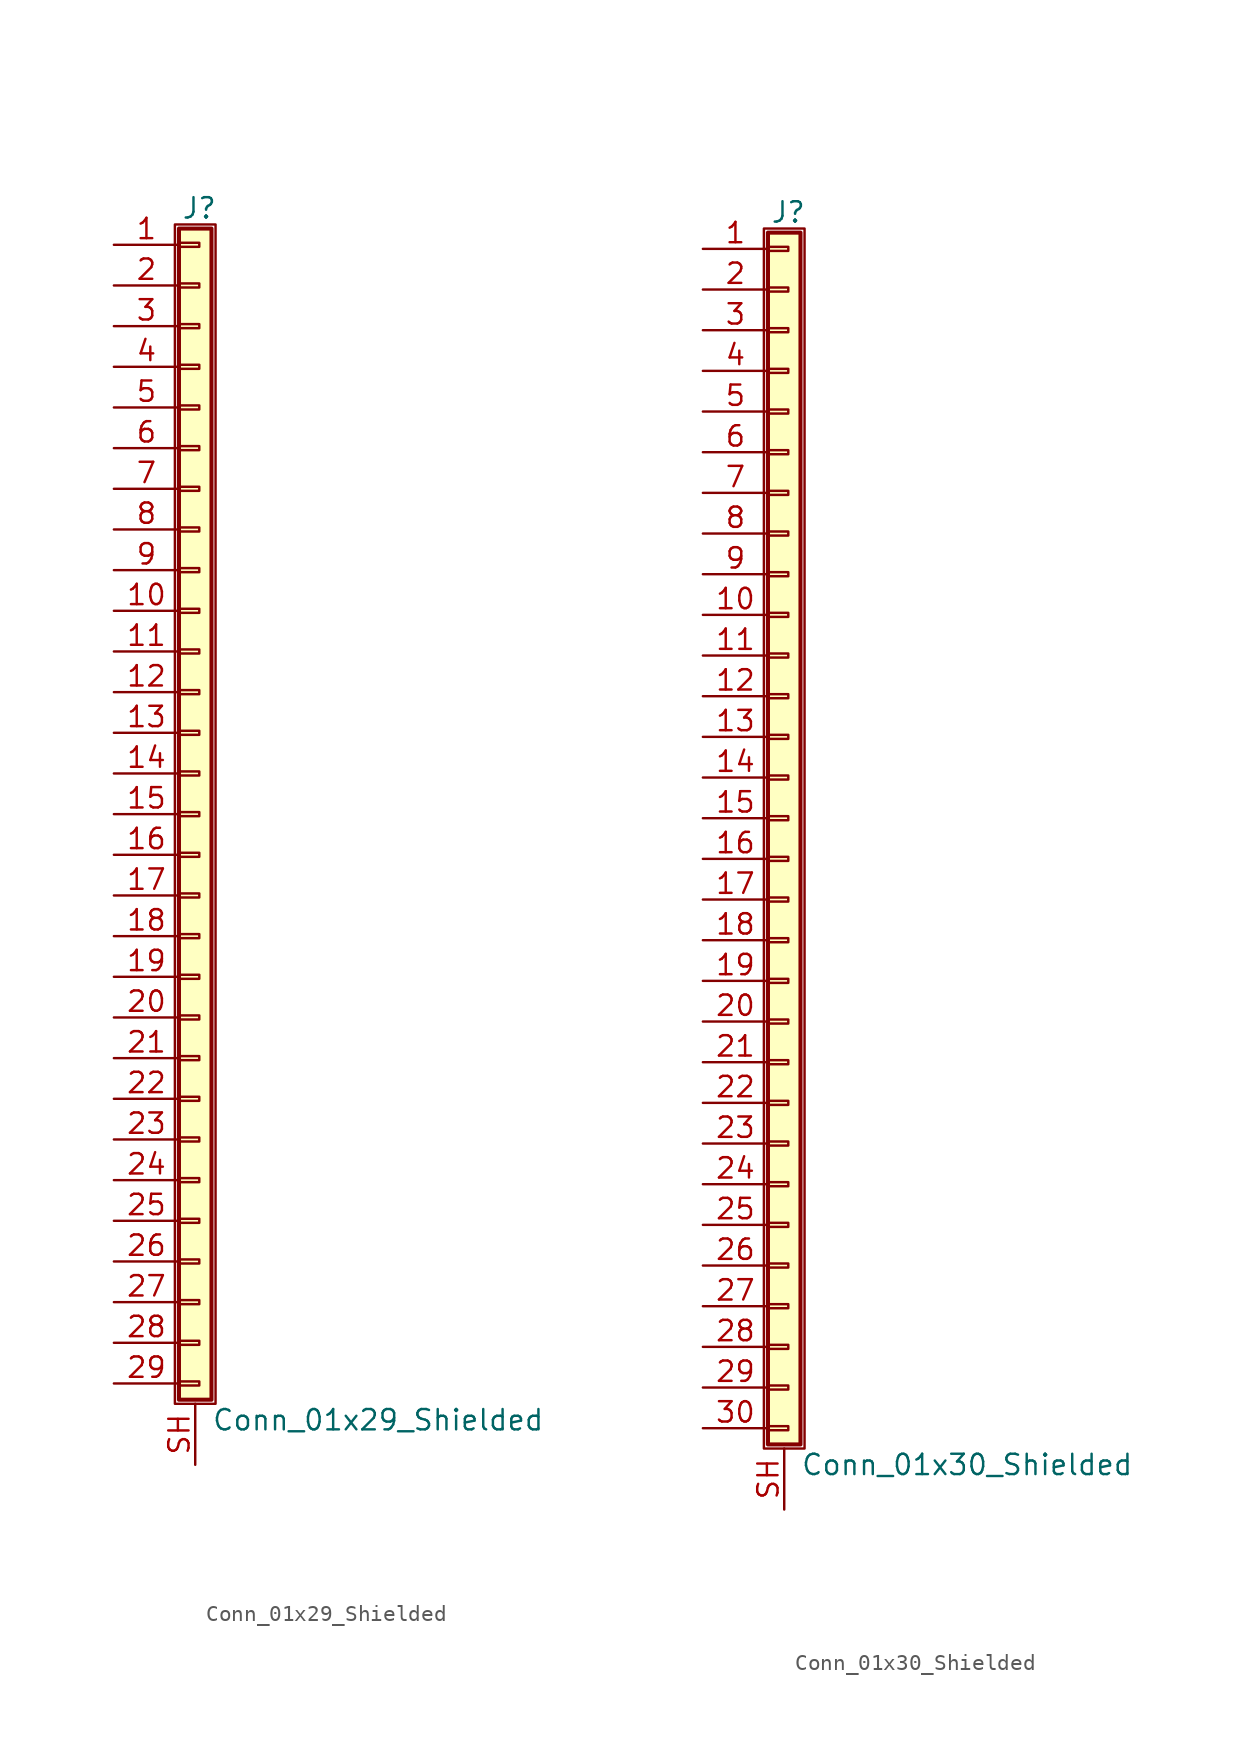
<source format=kicad_sym>
(kicad_symbol_lib
  (version 20201005)
  (generator kicad_symbol_editor)
  (symbol "Connector_Generic_Shielded:Conn_01x29_Shielded"
    (pin_names
      (offset 1.016) hide)
    (property "Reference" "J"
      (at 0.254 37.846 0)
      (effects (font (size 1.27 1.27))))
    (property "Value" "Conn_01x29_Shielded"
      (at 1.016 -37.846 0)
      (effects (font (size 1.27 1.27)) (justify left)))
    (symbol "Conn_01x29_Shielded_1_1"
      (rectangle (start -1.016 -27.813) (end 0.254 -28.067) (stroke (width 0.152)) (fill (type none)))
      (rectangle (start -1.016 -30.353) (end 0.254 -30.607) (stroke (width 0.152)) (fill (type none)))
      (rectangle (start -1.016 -32.893) (end 0.254 -33.147) (stroke (width 0.152)) (fill (type none)))
      (rectangle (start -1.016 -35.433) (end 0.254 -35.687) (stroke (width 0.152)) (fill (type none)))
      (rectangle (start -1.016 -4.953) (end 0.254 -5.207) (stroke (width 0.152)) (fill (type none)))
      (rectangle (start -1.016 -7.493) (end 0.254 -7.747) (stroke (width 0.152)) (fill (type none)))
      (rectangle (start -1.016 -10.033) (end 0.254 -10.287) (stroke (width 0.152)) (fill (type none)))
      (rectangle (start -1.016 -12.573) (end 0.254 -12.827) (stroke (width 0.152)) (fill (type none)))
      (rectangle (start -1.016 -15.113) (end 0.254 -15.367) (stroke (width 0.152)) (fill (type none)))
      (rectangle (start -1.016 -17.653) (end 0.254 -17.907) (stroke (width 0.152)) (fill (type none)))
      (rectangle (start -1.016 -20.193) (end 0.254 -20.447) (stroke (width 0.152)) (fill (type none)))
      (rectangle (start -1.016 -22.733) (end 0.254 -22.987) (stroke (width 0.152)) (fill (type none)))
      (rectangle (start -1.016 -2.413) (end 0.254 -2.667) (stroke (width 0.152)) (fill (type none)))
      (rectangle (start -1.016 -25.273) (end 0.254 -25.527) (stroke (width 0.152)) (fill (type none)))
      (rectangle (start -1.016 25.527) (end 0.254 25.273) (stroke (width 0.152)) (fill (type none)))
      (rectangle (start -1.016 2.667) (end 0.254 2.413) (stroke (width 0.152)) (fill (type none)))
      (rectangle (start -1.016 28.067) (end 0.254 27.813) (stroke (width 0.152)) (fill (type none)))
      (rectangle (start -1.016 30.607) (end 0.254 30.353) (stroke (width 0.152)) (fill (type none)))
      (rectangle (start -1.016 33.147) (end 0.254 32.893) (stroke (width 0.152)) (fill (type none)))
      (rectangle (start -1.016 35.687) (end 0.254 35.433) (stroke (width 0.152)) (fill (type none)))
      (rectangle (start -1.016 36.576) (end 1.016 -36.576) (stroke (width 0.254)) (fill (type background)))
      (rectangle (start -1.016 5.207) (end 0.254 4.953) (stroke (width 0.152)) (fill (type none)))
      (rectangle (start -1.016 7.747) (end 0.254 7.493) (stroke (width 0.152)) (fill (type none)))
      (rectangle (start -1.016 10.287) (end 0.254 10.033) (stroke (width 0.152)) (fill (type none)))
      (rectangle (start -1.016 0.127) (end 0.254 -0.127) (stroke (width 0.152)) (fill (type none)))
      (rectangle (start -1.016 12.827) (end 0.254 12.573) (stroke (width 0.152)) (fill (type none)))
      (rectangle (start -1.016 15.367) (end 0.254 15.113) (stroke (width 0.152)) (fill (type none)))
      (rectangle (start -1.016 17.907) (end 0.254 17.653) (stroke (width 0.152)) (fill (type none)))
      (rectangle (start -1.016 20.447) (end 0.254 20.193) (stroke (width 0.152)) (fill (type none)))
      (rectangle (start -1.016 22.987) (end 0.254 22.733) (stroke (width 0.152)) (fill (type none)))
      (rectangle (start -1.27 36.83) (end 1.27 -36.83) (stroke (width 0.152)) (fill (type none)))
      (pin passive line (at -5.08 35.56 0) (length 4.064) (name "Pin_1" (effects (font (size 1.27 1.27)))) (number "1" (effects (font (size 1.27 1.27)))))
      (pin passive line (at -5.08 12.7 0) (length 4.064) (name "Pin_10" (effects (font (size 1.27 1.27)))) (number "10" (effects (font (size 1.27 1.27)))))
      (pin passive line (at -5.08 10.16 0) (length 4.064) (name "Pin_11" (effects (font (size 1.27 1.27)))) (number "11" (effects (font (size 1.27 1.27)))))
      (pin passive line (at -5.08 7.62 0) (length 4.064) (name "Pin_12" (effects (font (size 1.27 1.27)))) (number "12" (effects (font (size 1.27 1.27)))))
      (pin passive line (at -5.08 5.08 0) (length 4.064) (name "Pin_13" (effects (font (size 1.27 1.27)))) (number "13" (effects (font (size 1.27 1.27)))))
      (pin passive line (at -5.08 2.54 0) (length 4.064) (name "Pin_14" (effects (font (size 1.27 1.27)))) (number "14" (effects (font (size 1.27 1.27)))))
      (pin passive line (at -5.08 0 0) (length 4.064) (name "Pin_15" (effects (font (size 1.27 1.27)))) (number "15" (effects (font (size 1.27 1.27)))))
      (pin passive line (at -5.08 -2.54 0) (length 4.064) (name "Pin_16" (effects (font (size 1.27 1.27)))) (number "16" (effects (font (size 1.27 1.27)))))
      (pin passive line (at -5.08 -5.08 0) (length 4.064) (name "Pin_17" (effects (font (size 1.27 1.27)))) (number "17" (effects (font (size 1.27 1.27)))))
      (pin passive line (at -5.08 -7.62 0) (length 4.064) (name "Pin_18" (effects (font (size 1.27 1.27)))) (number "18" (effects (font (size 1.27 1.27)))))
      (pin passive line (at -5.08 -10.16 0) (length 4.064) (name "Pin_19" (effects (font (size 1.27 1.27)))) (number "19" (effects (font (size 1.27 1.27)))))
      (pin passive line (at -5.08 33.02 0) (length 4.064) (name "Pin_2" (effects (font (size 1.27 1.27)))) (number "2" (effects (font (size 1.27 1.27)))))
      (pin passive line (at -5.08 -12.7 0) (length 4.064) (name "Pin_20" (effects (font (size 1.27 1.27)))) (number "20" (effects (font (size 1.27 1.27)))))
      (pin passive line (at -5.08 -15.24 0) (length 4.064) (name "Pin_21" (effects (font (size 1.27 1.27)))) (number "21" (effects (font (size 1.27 1.27)))))
      (pin passive line (at -5.08 -17.78 0) (length 4.064) (name "Pin_22" (effects (font (size 1.27 1.27)))) (number "22" (effects (font (size 1.27 1.27)))))
      (pin passive line (at -5.08 -20.32 0) (length 4.064) (name "Pin_23" (effects (font (size 1.27 1.27)))) (number "23" (effects (font (size 1.27 1.27)))))
      (pin passive line (at -5.08 -22.86 0) (length 4.064) (name "Pin_24" (effects (font (size 1.27 1.27)))) (number "24" (effects (font (size 1.27 1.27)))))
      (pin passive line (at -5.08 -25.4 0) (length 4.064) (name "Pin_25" (effects (font (size 1.27 1.27)))) (number "25" (effects (font (size 1.27 1.27)))))
      (pin passive line (at -5.08 -27.94 0) (length 4.064) (name "Pin_26" (effects (font (size 1.27 1.27)))) (number "26" (effects (font (size 1.27 1.27)))))
      (pin passive line (at -5.08 -30.48 0) (length 4.064) (name "Pin_27" (effects (font (size 1.27 1.27)))) (number "27" (effects (font (size 1.27 1.27)))))
      (pin passive line (at -5.08 -33.02 0) (length 4.064) (name "Pin_28" (effects (font (size 1.27 1.27)))) (number "28" (effects (font (size 1.27 1.27)))))
      (pin passive line (at -5.08 -35.56 0) (length 4.064) (name "Pin_29" (effects (font (size 1.27 1.27)))) (number "29" (effects (font (size 1.27 1.27)))))
      (pin passive line (at -5.08 30.48 0) (length 4.064) (name "Pin_3" (effects (font (size 1.27 1.27)))) (number "3" (effects (font (size 1.27 1.27)))))
      (pin passive line (at -5.08 27.94 0) (length 4.064) (name "Pin_4" (effects (font (size 1.27 1.27)))) (number "4" (effects (font (size 1.27 1.27)))))
      (pin passive line (at -5.08 25.4 0) (length 4.064) (name "Pin_5" (effects (font (size 1.27 1.27)))) (number "5" (effects (font (size 1.27 1.27)))))
      (pin passive line (at -5.08 22.86 0) (length 4.064) (name "Pin_6" (effects (font (size 1.27 1.27)))) (number "6" (effects (font (size 1.27 1.27)))))
      (pin passive line (at -5.08 20.32 0) (length 4.064) (name "Pin_7" (effects (font (size 1.27 1.27)))) (number "7" (effects (font (size 1.27 1.27)))))
      (pin passive line (at -5.08 17.78 0) (length 4.064) (name "Pin_8" (effects (font (size 1.27 1.27)))) (number "8" (effects (font (size 1.27 1.27)))))
      (pin passive line (at -5.08 15.24 0) (length 4.064) (name "Pin_9" (effects (font (size 1.27 1.27)))) (number "9" (effects (font (size 1.27 1.27)))))
      (pin passive line (at 0 -40.64 90) (length 3.81) (name "Shield" (effects (font (size 1.27 1.27)))) (number "SH" (effects (font (size 1.27 1.27)))))))
  (symbol "Connector_Generic_Shielded:Conn_01x30_Shielded"
    (pin_names
      (offset 1.016) hide)
    (property "Reference" "J"
      (at 0.254 37.846 0)
      (effects (font (size 1.27 1.27))))
    (property "Value" "Conn_01x30_Shielded"
      (at 1.016 -40.386 0)
      (effects (font (size 1.27 1.27)) (justify left)))
    (symbol "Conn_01x30_Shielded_1_1"
      (rectangle (start -1.016 -27.813) (end 0.254 -28.067) (stroke (width 0.152)) (fill (type none)))
      (rectangle (start -1.016 -30.353) (end 0.254 -30.607) (stroke (width 0.152)) (fill (type none)))
      (rectangle (start -1.016 -32.893) (end 0.254 -33.147) (stroke (width 0.152)) (fill (type none)))
      (rectangle (start -1.016 -35.433) (end 0.254 -35.687) (stroke (width 0.152)) (fill (type none)))
      (rectangle (start -1.016 -37.973) (end 0.254 -38.227) (stroke (width 0.152)) (fill (type none)))
      (rectangle (start -1.016 -4.953) (end 0.254 -5.207) (stroke (width 0.152)) (fill (type none)))
      (rectangle (start -1.016 -7.493) (end 0.254 -7.747) (stroke (width 0.152)) (fill (type none)))
      (rectangle (start -1.016 -10.033) (end 0.254 -10.287) (stroke (width 0.152)) (fill (type none)))
      (rectangle (start -1.016 -12.573) (end 0.254 -12.827) (stroke (width 0.152)) (fill (type none)))
      (rectangle (start -1.016 -15.113) (end 0.254 -15.367) (stroke (width 0.152)) (fill (type none)))
      (rectangle (start -1.016 -17.653) (end 0.254 -17.907) (stroke (width 0.152)) (fill (type none)))
      (rectangle (start -1.016 -20.193) (end 0.254 -20.447) (stroke (width 0.152)) (fill (type none)))
      (rectangle (start -1.016 -22.733) (end 0.254 -22.987) (stroke (width 0.152)) (fill (type none)))
      (rectangle (start -1.016 -2.413) (end 0.254 -2.667) (stroke (width 0.152)) (fill (type none)))
      (rectangle (start -1.016 -25.273) (end 0.254 -25.527) (stroke (width 0.152)) (fill (type none)))
      (rectangle (start -1.016 25.527) (end 0.254 25.273) (stroke (width 0.152)) (fill (type none)))
      (rectangle (start -1.016 2.667) (end 0.254 2.413) (stroke (width 0.152)) (fill (type none)))
      (rectangle (start -1.016 28.067) (end 0.254 27.813) (stroke (width 0.152)) (fill (type none)))
      (rectangle (start -1.016 30.607) (end 0.254 30.353) (stroke (width 0.152)) (fill (type none)))
      (rectangle (start -1.016 33.147) (end 0.254 32.893) (stroke (width 0.152)) (fill (type none)))
      (rectangle (start -1.016 35.687) (end 0.254 35.433) (stroke (width 0.152)) (fill (type none)))
      (rectangle (start -1.016 36.576) (end 1.016 -39.116) (stroke (width 0.254)) (fill (type background)))
      (rectangle (start -1.016 5.207) (end 0.254 4.953) (stroke (width 0.152)) (fill (type none)))
      (rectangle (start -1.016 7.747) (end 0.254 7.493) (stroke (width 0.152)) (fill (type none)))
      (rectangle (start -1.016 10.287) (end 0.254 10.033) (stroke (width 0.152)) (fill (type none)))
      (rectangle (start -1.016 0.127) (end 0.254 -0.127) (stroke (width 0.152)) (fill (type none)))
      (rectangle (start -1.016 12.827) (end 0.254 12.573) (stroke (width 0.152)) (fill (type none)))
      (rectangle (start -1.016 15.367) (end 0.254 15.113) (stroke (width 0.152)) (fill (type none)))
      (rectangle (start -1.016 17.907) (end 0.254 17.653) (stroke (width 0.152)) (fill (type none)))
      (rectangle (start -1.016 20.447) (end 0.254 20.193) (stroke (width 0.152)) (fill (type none)))
      (rectangle (start -1.016 22.987) (end 0.254 22.733) (stroke (width 0.152)) (fill (type none)))
      (rectangle (start -1.27 36.83) (end 1.27 -39.37) (stroke (width 0.152)) (fill (type none)))
      (pin passive line (at -5.08 35.56 0) (length 4.064) (name "Pin_1" (effects (font (size 1.27 1.27)))) (number "1" (effects (font (size 1.27 1.27)))))
      (pin passive line (at -5.08 12.7 0) (length 4.064) (name "Pin_10" (effects (font (size 1.27 1.27)))) (number "10" (effects (font (size 1.27 1.27)))))
      (pin passive line (at -5.08 10.16 0) (length 4.064) (name "Pin_11" (effects (font (size 1.27 1.27)))) (number "11" (effects (font (size 1.27 1.27)))))
      (pin passive line (at -5.08 7.62 0) (length 4.064) (name "Pin_12" (effects (font (size 1.27 1.27)))) (number "12" (effects (font (size 1.27 1.27)))))
      (pin passive line (at -5.08 5.08 0) (length 4.064) (name "Pin_13" (effects (font (size 1.27 1.27)))) (number "13" (effects (font (size 1.27 1.27)))))
      (pin passive line (at -5.08 2.54 0) (length 4.064) (name "Pin_14" (effects (font (size 1.27 1.27)))) (number "14" (effects (font (size 1.27 1.27)))))
      (pin passive line (at -5.08 0 0) (length 4.064) (name "Pin_15" (effects (font (size 1.27 1.27)))) (number "15" (effects (font (size 1.27 1.27)))))
      (pin passive line (at -5.08 -2.54 0) (length 4.064) (name "Pin_16" (effects (font (size 1.27 1.27)))) (number "16" (effects (font (size 1.27 1.27)))))
      (pin passive line (at -5.08 -5.08 0) (length 4.064) (name "Pin_17" (effects (font (size 1.27 1.27)))) (number "17" (effects (font (size 1.27 1.27)))))
      (pin passive line (at -5.08 -7.62 0) (length 4.064) (name "Pin_18" (effects (font (size 1.27 1.27)))) (number "18" (effects (font (size 1.27 1.27)))))
      (pin passive line (at -5.08 -10.16 0) (length 4.064) (name "Pin_19" (effects (font (size 1.27 1.27)))) (number "19" (effects (font (size 1.27 1.27)))))
      (pin passive line (at -5.08 33.02 0) (length 4.064) (name "Pin_2" (effects (font (size 1.27 1.27)))) (number "2" (effects (font (size 1.27 1.27)))))
      (pin passive line (at -5.08 -12.7 0) (length 4.064) (name "Pin_20" (effects (font (size 1.27 1.27)))) (number "20" (effects (font (size 1.27 1.27)))))
      (pin passive line (at -5.08 -15.24 0) (length 4.064) (name "Pin_21" (effects (font (size 1.27 1.27)))) (number "21" (effects (font (size 1.27 1.27)))))
      (pin passive line (at -5.08 -17.78 0) (length 4.064) (name "Pin_22" (effects (font (size 1.27 1.27)))) (number "22" (effects (font (size 1.27 1.27)))))
      (pin passive line (at -5.08 -20.32 0) (length 4.064) (name "Pin_23" (effects (font (size 1.27 1.27)))) (number "23" (effects (font (size 1.27 1.27)))))
      (pin passive line (at -5.08 -22.86 0) (length 4.064) (name "Pin_24" (effects (font (size 1.27 1.27)))) (number "24" (effects (font (size 1.27 1.27)))))
      (pin passive line (at -5.08 -25.4 0) (length 4.064) (name "Pin_25" (effects (font (size 1.27 1.27)))) (number "25" (effects (font (size 1.27 1.27)))))
      (pin passive line (at -5.08 -27.94 0) (length 4.064) (name "Pin_26" (effects (font (size 1.27 1.27)))) (number "26" (effects (font (size 1.27 1.27)))))
      (pin passive line (at -5.08 -30.48 0) (length 4.064) (name "Pin_27" (effects (font (size 1.27 1.27)))) (number "27" (effects (font (size 1.27 1.27)))))
      (pin passive line (at -5.08 -33.02 0) (length 4.064) (name "Pin_28" (effects (font (size 1.27 1.27)))) (number "28" (effects (font (size 1.27 1.27)))))
      (pin passive line (at -5.08 -35.56 0) (length 4.064) (name "Pin_29" (effects (font (size 1.27 1.27)))) (number "29" (effects (font (size 1.27 1.27)))))
      (pin passive line (at -5.08 30.48 0) (length 4.064) (name "Pin_3" (effects (font (size 1.27 1.27)))) (number "3" (effects (font (size 1.27 1.27)))))
      (pin passive line (at -5.08 -38.1 0) (length 4.064) (name "Pin_30" (effects (font (size 1.27 1.27)))) (number "30" (effects (font (size 1.27 1.27)))))
      (pin passive line (at -5.08 27.94 0) (length 4.064) (name "Pin_4" (effects (font (size 1.27 1.27)))) (number "4" (effects (font (size 1.27 1.27)))))
      (pin passive line (at -5.08 25.4 0) (length 4.064) (name "Pin_5" (effects (font (size 1.27 1.27)))) (number "5" (effects (font (size 1.27 1.27)))))
      (pin passive line (at -5.08 22.86 0) (length 4.064) (name "Pin_6" (effects (font (size 1.27 1.27)))) (number "6" (effects (font (size 1.27 1.27)))))
      (pin passive line (at -5.08 20.32 0) (length 4.064) (name "Pin_7" (effects (font (size 1.27 1.27)))) (number "7" (effects (font (size 1.27 1.27)))))
      (pin passive line (at -5.08 17.78 0) (length 4.064) (name "Pin_8" (effects (font (size 1.27 1.27)))) (number "8" (effects (font (size 1.27 1.27)))))
      (pin passive line (at -5.08 15.24 0) (length 4.064) (name "Pin_9" (effects (font (size 1.27 1.27)))) (number "9" (effects (font (size 1.27 1.27)))))
      (pin passive line (at 0 -43.18 90) (length 3.81) (name "Shield" (effects (font (size 1.27 1.27)))) (number "SH" (effects (font (size 1.27 1.27))))))))
</source>
